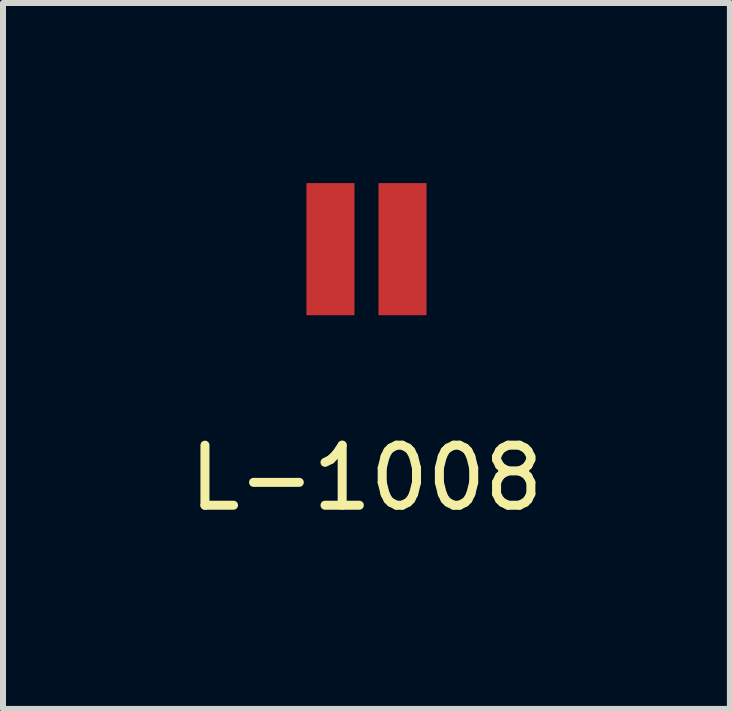
<source format=kicad_pcb>
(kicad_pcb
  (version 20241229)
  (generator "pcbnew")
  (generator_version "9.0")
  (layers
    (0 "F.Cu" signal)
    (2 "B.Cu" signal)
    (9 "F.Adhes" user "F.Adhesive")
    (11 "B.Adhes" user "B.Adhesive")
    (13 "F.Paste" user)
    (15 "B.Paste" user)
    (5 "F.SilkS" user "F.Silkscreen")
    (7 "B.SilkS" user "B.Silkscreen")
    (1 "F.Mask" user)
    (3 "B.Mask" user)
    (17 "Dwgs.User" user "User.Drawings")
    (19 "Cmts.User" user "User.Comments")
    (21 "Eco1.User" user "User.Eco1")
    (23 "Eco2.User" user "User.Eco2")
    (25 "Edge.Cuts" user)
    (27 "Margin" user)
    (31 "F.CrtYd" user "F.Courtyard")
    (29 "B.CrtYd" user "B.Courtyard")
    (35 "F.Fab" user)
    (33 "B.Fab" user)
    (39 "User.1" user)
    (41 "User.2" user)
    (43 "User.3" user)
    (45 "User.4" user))
  (footprint "L-1008"
    (layer "F.Cu")
    (at 3.054 1.1)
    (property "Reference" "L-1008" (at 0 3.81 0) (layer "F.SilkS") (effects (font (size 1 1) (thickness 0.15))))
    (attr through_hole)
    (pad "1" smd rect (at -0.6 0) (size 0.8 2.2) (layers "F.Cu" "F.Mask" "F.Paste"))
    (pad "2" smd rect (at 0.6 0) (size 0.8 2.2) (layers "F.Cu" "F.Mask" "F.Paste")))
  (gr_rect
    (start -3 -3)
    (end 9.107 8.758)
    (stroke (width 0.1) (type default))
    (fill no)
    (layer "Edge.Cuts")))
</source>
